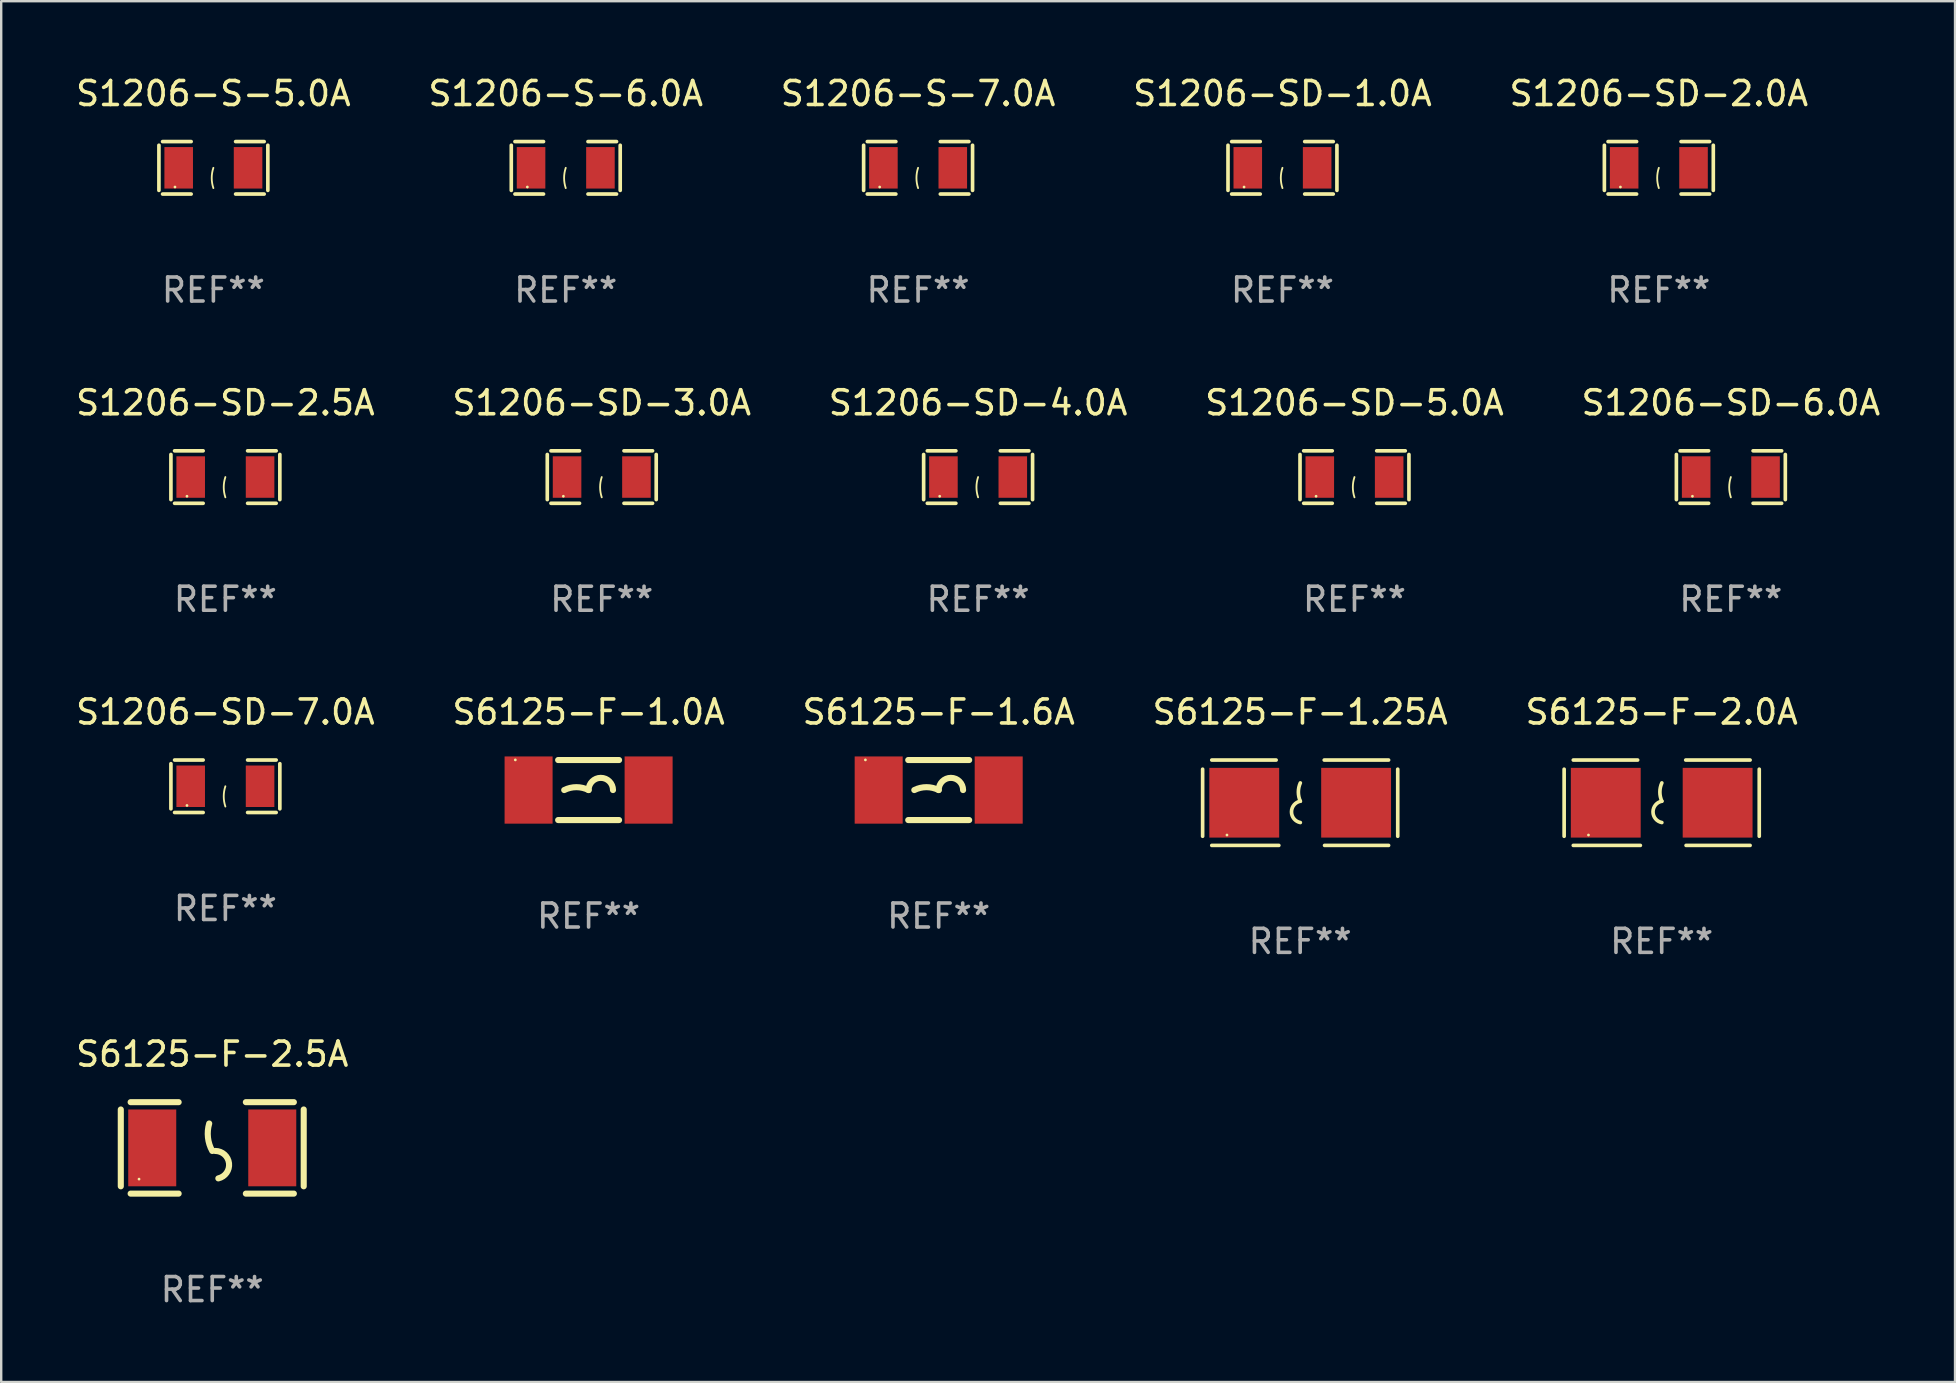
<source format=kicad_pcb>
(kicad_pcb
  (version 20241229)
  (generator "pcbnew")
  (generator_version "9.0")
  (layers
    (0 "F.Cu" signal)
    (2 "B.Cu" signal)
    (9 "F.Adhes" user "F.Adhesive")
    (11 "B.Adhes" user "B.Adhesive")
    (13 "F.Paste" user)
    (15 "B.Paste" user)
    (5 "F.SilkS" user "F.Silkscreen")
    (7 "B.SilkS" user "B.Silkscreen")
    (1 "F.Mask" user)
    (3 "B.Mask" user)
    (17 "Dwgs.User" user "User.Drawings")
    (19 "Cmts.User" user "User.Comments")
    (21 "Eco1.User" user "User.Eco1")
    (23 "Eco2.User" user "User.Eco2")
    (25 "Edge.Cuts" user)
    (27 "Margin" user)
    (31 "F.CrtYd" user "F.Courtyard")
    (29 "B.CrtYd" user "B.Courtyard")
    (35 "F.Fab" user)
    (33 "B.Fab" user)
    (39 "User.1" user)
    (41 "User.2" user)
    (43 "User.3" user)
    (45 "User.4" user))
  (footprint "S6125-F-2.5A"
    (layer "F.Cu")
    (at 5.792 44.769)
    (property "Reference" "S6125-F-2.5A" (at 0 -3.905 0) (layer "F.SilkS") (effects (font (size 1 1) (thickness 0.15))))
    (attr through_hole)
    (fp_line (start -3.81 -1.6) (end -3.81 1.6) (stroke (width 0.254) (type solid)) (layer "F.SilkS"))
    (fp_line (start -3.4 -1.905) (end -1.4 -1.905) (stroke (width 0.254) (type solid)) (layer "F.SilkS"))
    (fp_line (start -3.4 1.905) (end -1.4 1.905) (stroke (width 0.254) (type solid)) (layer "F.SilkS"))
    (fp_line (start 1.4 -1.905) (end 3.4 -1.905) (stroke (width 0.254) (type solid)) (layer "F.SilkS"))
    (fp_line (start 1.4 1.905) (end 3.4 1.905) (stroke (width 0.254) (type solid)) (layer "F.SilkS"))
    (fp_line (start 3.81 -1.6) (end 3.81 1.6) (stroke (width 0.254) (type solid)) (layer "F.SilkS"))
    (fp_arc (start 0 0.127) (mid -0.178599 -0.431712) (end -0.127 -1.016002) (stroke (width 0.254001) (type solid)) (layer "F.SilkS"))
    (fp_arc (start 0.126999 0.127) (mid 0.698883 0.642014) (end 0.254001 1.270003) (stroke (width 0.254001) (type solid)) (layer "F.SilkS"))
    (fp_circle (center -3.05 1.3) (end -3.02 1.3) (stroke (width 0.06) (type solid)) (fill no) (layer "F.SilkS"))
    (fp_text user "REF**" (at 0 5.905 0) (layer "F.Fab") (effects (font (size 1 1) (thickness 0.15))))
    (pad "1" smd rect (at -2.5 0) (size 2 3.2) (layers "F.Cu" "F.Mask" "F.Paste"))
    (pad "2" smd rect (at 2.5 0) (size 2 3.2) (layers "F.Cu" "F.Mask" "F.Paste")))
  (footprint "S1206-SD-4.0A"
    (layer "F.Cu")
    (at 37.696 16.823)
    (property "Reference" "S1206-SD-4.0A" (at 0 -3.093 0) (layer "F.SilkS") (effects (font (size 1 1) (thickness 0.15))))
    (attr through_hole)
    (fp_line (start -2.269 -0.94) (end -2.269 0.94) (stroke (width 0.152) (type solid)) (layer "F.SilkS"))
    (fp_line (start -2.116 1.093) (end -0.926 1.093) (stroke (width 0.152) (type solid)) (layer "F.SilkS"))
    (fp_line (start -0.926 -1.093) (end -2.116 -1.093) (stroke (width 0.152) (type solid)) (layer "F.SilkS"))
    (fp_line (start 0.926 -1.093) (end 2.116 -1.093) (stroke (width 0.152) (type solid)) (layer "F.SilkS"))
    (fp_line (start 2.116 1.093) (end 0.926 1.093) (stroke (width 0.152) (type solid)) (layer "F.SilkS"))
    (fp_line (start 2.269 -0.94) (end 2.269 0.94) (stroke (width 0.152) (type solid)) (layer "F.SilkS"))
    (fp_arc (start 0 0.844951) (mid -0.068559 0.422475) (end 0 0) (stroke (width 0.0762) (type solid)) (layer "F.SilkS"))
    (fp_circle (center -1.6 0.8) (end -1.57 0.8) (stroke (width 0.06) (type solid)) (fill no) (layer "F.SilkS"))
    (fp_text user "REF**" (at 0 5.093 0) (layer "F.Fab") (effects (font (size 1 1) (thickness 0.15))))
    (pad "1" smd rect (at -1.445 0) (size 1.19 1.728) (layers "F.Cu" "F.Mask" "F.Paste"))
    (pad "2" smd rect (at 1.445 0) (size 1.19 1.728) (layers "F.Cu" "F.Mask" "F.Paste")))
  (footprint "S6125-F-1.25A"
    (layer "F.Cu")
    (at 51.113 30.39)
    (property "Reference" "S6125-F-1.25A" (at 0 -3.778 0) (layer "F.SilkS") (effects (font (size 1 1) (thickness 0.15))))
    (attr through_hole)
    (fp_line (start -4.064 -1.397) (end -4.064 1.397) (stroke (width 0.152) (type solid)) (layer "F.SilkS"))
    (fp_line (start -3.683 -1.778) (end -1.002 -1.778) (stroke (width 0.152) (type solid)) (layer "F.SilkS"))
    (fp_line (start -0.889 1.778) (end -3.683 1.778) (stroke (width 0.152) (type solid)) (layer "F.SilkS"))
    (fp_line (start 1.016 1.778) (end 3.683 1.778) (stroke (width 0.152) (type solid)) (layer "F.SilkS"))
    (fp_line (start 3.683 -1.778) (end 1.001 -1.778) (stroke (width 0.152) (type solid)) (layer "F.SilkS"))
    (fp_line (start 4.064 -1.397) (end 4.064 1.397) (stroke (width 0.152) (type solid)) (layer "F.SilkS"))
    (fp_arc (start 0.006045 -0.0635) (mid -0.075591 -0.444501) (end 0.006045 -0.825502) (stroke (width 0.151994) (type solid)) (layer "F.SilkS"))
    (fp_arc (start 0.006045 0.825502) (mid -0.361643 0.381001) (end 0.006045 -0.0635) (stroke (width 0.151994) (type solid)) (layer "F.SilkS"))
    (fp_circle (center -3.05 1.345) (end -3.02 1.345) (stroke (width 0.06) (type solid)) (fill no) (layer "F.SilkS"))
    (fp_text user "REF**" (at 0 5.778 0) (layer "F.Fab") (effects (font (size 1 1) (thickness 0.15))))
    (pad "1" smd rect (at -2.33 0) (size 2.91 2.905) (layers "F.Cu" "F.Mask" "F.Paste"))
    (pad "2" smd rect (at 2.33 0) (size 2.91 2.905) (layers "F.Cu" "F.Mask" "F.Paste")))
  (footprint "S1206-SD-1.0A"
    (layer "F.Cu")
    (at 50.375 3.941)
    (property "Reference" "S1206-SD-1.0A" (at 0 -3.093 0) (layer "F.SilkS") (effects (font (size 1 1) (thickness 0.15))))
    (attr through_hole)
    (fp_line (start -2.269 -0.94) (end -2.269 0.94) (stroke (width 0.152) (type solid)) (layer "F.SilkS"))
    (fp_line (start -2.116 1.093) (end -0.926 1.093) (stroke (width 0.152) (type solid)) (layer "F.SilkS"))
    (fp_line (start -0.926 -1.093) (end -2.116 -1.093) (stroke (width 0.152) (type solid)) (layer "F.SilkS"))
    (fp_line (start 0.926 -1.093) (end 2.116 -1.093) (stroke (width 0.152) (type solid)) (layer "F.SilkS"))
    (fp_line (start 2.116 1.093) (end 0.926 1.093) (stroke (width 0.152) (type solid)) (layer "F.SilkS"))
    (fp_line (start 2.269 -0.94) (end 2.269 0.94) (stroke (width 0.152) (type solid)) (layer "F.SilkS"))
    (fp_arc (start 0 0.844951) (mid -0.068559 0.422475) (end 0 0) (stroke (width 0.0762) (type solid)) (layer "F.SilkS"))
    (fp_circle (center -1.6 0.8) (end -1.57 0.8) (stroke (width 0.06) (type solid)) (fill no) (layer "F.SilkS"))
    (fp_text user "REF**" (at 0 5.093 0) (layer "F.Fab") (effects (font (size 1 1) (thickness 0.15))))
    (pad "1" smd rect (at -1.445 0) (size 1.19 1.728) (layers "F.Cu" "F.Mask" "F.Paste"))
    (pad "2" smd rect (at 1.445 0) (size 1.19 1.728) (layers "F.Cu" "F.Mask" "F.Paste")))
  (footprint "S1206-SD-2.0A"
    (layer "F.Cu")
    (at 66.054 3.941)
    (property "Reference" "S1206-SD-2.0A" (at 0 -3.093 0) (layer "F.SilkS") (effects (font (size 1 1) (thickness 0.15))))
    (attr through_hole)
    (fp_line (start -2.269 -0.94) (end -2.269 0.94) (stroke (width 0.152) (type solid)) (layer "F.SilkS"))
    (fp_line (start -2.116 1.093) (end -0.926 1.093) (stroke (width 0.152) (type solid)) (layer "F.SilkS"))
    (fp_line (start -0.926 -1.093) (end -2.116 -1.093) (stroke (width 0.152) (type solid)) (layer "F.SilkS"))
    (fp_line (start 0.926 -1.093) (end 2.116 -1.093) (stroke (width 0.152) (type solid)) (layer "F.SilkS"))
    (fp_line (start 2.116 1.093) (end 0.926 1.093) (stroke (width 0.152) (type solid)) (layer "F.SilkS"))
    (fp_line (start 2.269 -0.94) (end 2.269 0.94) (stroke (width 0.152) (type solid)) (layer "F.SilkS"))
    (fp_arc (start 0 0.844951) (mid -0.068559 0.422475) (end 0 0) (stroke (width 0.0762) (type solid)) (layer "F.SilkS"))
    (fp_circle (center -1.6 0.8) (end -1.57 0.8) (stroke (width 0.06) (type solid)) (fill no) (layer "F.SilkS"))
    (fp_text user "REF**" (at 0 5.093 0) (layer "F.Fab") (effects (font (size 1 1) (thickness 0.15))))
    (pad "1" smd rect (at -1.445 0) (size 1.19 1.728) (layers "F.Cu" "F.Mask" "F.Paste"))
    (pad "2" smd rect (at 1.445 0) (size 1.19 1.728) (layers "F.Cu" "F.Mask" "F.Paste")))
  (footprint "S6125-F-2.0A"
    (layer "F.Cu")
    (at 66.173 30.39)
    (property "Reference" "S6125-F-2.0A" (at 0 -3.778 0) (layer "F.SilkS") (effects (font (size 1 1) (thickness 0.15))))
    (attr through_hole)
    (fp_line (start -4.064 -1.397) (end -4.064 1.397) (stroke (width 0.152) (type solid)) (layer "F.SilkS"))
    (fp_line (start -3.683 -1.778) (end -1.002 -1.778) (stroke (width 0.152) (type solid)) (layer "F.SilkS"))
    (fp_line (start -0.889 1.778) (end -3.683 1.778) (stroke (width 0.152) (type solid)) (layer "F.SilkS"))
    (fp_line (start 1.016 1.778) (end 3.683 1.778) (stroke (width 0.152) (type solid)) (layer "F.SilkS"))
    (fp_line (start 3.683 -1.778) (end 1.001 -1.778) (stroke (width 0.152) (type solid)) (layer "F.SilkS"))
    (fp_line (start 4.064 -1.397) (end 4.064 1.397) (stroke (width 0.152) (type solid)) (layer "F.SilkS"))
    (fp_arc (start 0.006045 -0.0635) (mid -0.075591 -0.444501) (end 0.006045 -0.825502) (stroke (width 0.151994) (type solid)) (layer "F.SilkS"))
    (fp_arc (start 0.006045 0.825502) (mid -0.361643 0.381001) (end 0.006045 -0.0635) (stroke (width 0.151994) (type solid)) (layer "F.SilkS"))
    (fp_circle (center -3.05 1.345) (end -3.02 1.345) (stroke (width 0.06) (type solid)) (fill no) (layer "F.SilkS"))
    (fp_text user "REF**" (at 0 5.778 0) (layer "F.Fab") (effects (font (size 1 1) (thickness 0.15))))
    (pad "1" smd rect (at -2.33 0) (size 2.91 2.905) (layers "F.Cu" "F.Mask" "F.Paste"))
    (pad "2" smd rect (at 2.33 0) (size 2.91 2.905) (layers "F.Cu" "F.Mask" "F.Paste")))
  (footprint "S1206-S-5.0A"
    (layer "F.Cu")
    (at 5.839 3.941)
    (property "Reference" "S1206-S-5.0A" (at 0 -3.093 0) (layer "F.SilkS") (effects (font (size 1 1) (thickness 0.15))))
    (attr through_hole)
    (fp_line (start -2.269 -0.94) (end -2.269 0.94) (stroke (width 0.152) (type solid)) (layer "F.SilkS"))
    (fp_line (start -2.116 1.093) (end -0.926 1.093) (stroke (width 0.152) (type solid)) (layer "F.SilkS"))
    (fp_line (start -0.926 -1.093) (end -2.116 -1.093) (stroke (width 0.152) (type solid)) (layer "F.SilkS"))
    (fp_line (start 0.926 -1.093) (end 2.116 -1.093) (stroke (width 0.152) (type solid)) (layer "F.SilkS"))
    (fp_line (start 2.116 1.093) (end 0.926 1.093) (stroke (width 0.152) (type solid)) (layer "F.SilkS"))
    (fp_line (start 2.269 -0.94) (end 2.269 0.94) (stroke (width 0.152) (type solid)) (layer "F.SilkS"))
    (fp_arc (start 0 0.844951) (mid -0.068559 0.422475) (end 0 0) (stroke (width 0.0762) (type solid)) (layer "F.SilkS"))
    (fp_circle (center -1.6 0.8) (end -1.57 0.8) (stroke (width 0.06) (type solid)) (fill no) (layer "F.SilkS"))
    (fp_text user "REF**" (at 0 5.093 0) (layer "F.Fab") (effects (font (size 1 1) (thickness 0.15))))
    (pad "1" smd rect (at -1.445 0) (size 1.19 1.728) (layers "F.Cu" "F.Mask" "F.Paste"))
    (pad "2" smd rect (at 1.445 0) (size 1.19 1.728) (layers "F.Cu" "F.Mask" "F.Paste")))
  (footprint "S1206-SD-5.0A"
    (layer "F.Cu")
    (at 53.375 16.823)
    (property "Reference" "S1206-SD-5.0A" (at 0 -3.093 0) (layer "F.SilkS") (effects (font (size 1 1) (thickness 0.15))))
    (attr through_hole)
    (fp_line (start -2.269 -0.94) (end -2.269 0.94) (stroke (width 0.152) (type solid)) (layer "F.SilkS"))
    (fp_line (start -2.116 1.093) (end -0.926 1.093) (stroke (width 0.152) (type solid)) (layer "F.SilkS"))
    (fp_line (start -0.926 -1.093) (end -2.116 -1.093) (stroke (width 0.152) (type solid)) (layer "F.SilkS"))
    (fp_line (start 0.926 -1.093) (end 2.116 -1.093) (stroke (width 0.152) (type solid)) (layer "F.SilkS"))
    (fp_line (start 2.116 1.093) (end 0.926 1.093) (stroke (width 0.152) (type solid)) (layer "F.SilkS"))
    (fp_line (start 2.269 -0.94) (end 2.269 0.94) (stroke (width 0.152) (type solid)) (layer "F.SilkS"))
    (fp_arc (start 0 0.844951) (mid -0.068559 0.422475) (end 0 0) (stroke (width 0.0762) (type solid)) (layer "F.SilkS"))
    (fp_circle (center -1.6 0.8) (end -1.57 0.8) (stroke (width 0.06) (type solid)) (fill no) (layer "F.SilkS"))
    (fp_text user "REF**" (at 0 5.093 0) (layer "F.Fab") (effects (font (size 1 1) (thickness 0.15))))
    (pad "1" smd rect (at -1.445 0) (size 1.19 1.728) (layers "F.Cu" "F.Mask" "F.Paste"))
    (pad "2" smd rect (at 1.445 0) (size 1.19 1.728) (layers "F.Cu" "F.Mask" "F.Paste")))
  (footprint "S1206-SD-3.0A"
    (layer "F.Cu")
    (at 22.018 16.823)
    (property "Reference" "S1206-SD-3.0A" (at 0 -3.093 0) (layer "F.SilkS") (effects (font (size 1 1) (thickness 0.15))))
    (attr through_hole)
    (fp_line (start -2.269 -0.94) (end -2.269 0.94) (stroke (width 0.152) (type solid)) (layer "F.SilkS"))
    (fp_line (start -2.116 1.093) (end -0.926 1.093) (stroke (width 0.152) (type solid)) (layer "F.SilkS"))
    (fp_line (start -0.926 -1.093) (end -2.116 -1.093) (stroke (width 0.152) (type solid)) (layer "F.SilkS"))
    (fp_line (start 0.926 -1.093) (end 2.116 -1.093) (stroke (width 0.152) (type solid)) (layer "F.SilkS"))
    (fp_line (start 2.116 1.093) (end 0.926 1.093) (stroke (width 0.152) (type solid)) (layer "F.SilkS"))
    (fp_line (start 2.269 -0.94) (end 2.269 0.94) (stroke (width 0.152) (type solid)) (layer "F.SilkS"))
    (fp_arc (start 0 0.844951) (mid -0.068559 0.422475) (end 0 0) (stroke (width 0.0762) (type solid)) (layer "F.SilkS"))
    (fp_circle (center -1.6 0.8) (end -1.57 0.8) (stroke (width 0.06) (type solid)) (fill no) (layer "F.SilkS"))
    (fp_text user "REF**" (at 0 5.093 0) (layer "F.Fab") (effects (font (size 1 1) (thickness 0.15))))
    (pad "1" smd rect (at -1.445 0) (size 1.19 1.728) (layers "F.Cu" "F.Mask" "F.Paste"))
    (pad "2" smd rect (at 1.445 0) (size 1.19 1.728) (layers "F.Cu" "F.Mask" "F.Paste")))
  (footprint "S1206-S-7.0A"
    (layer "F.Cu")
    (at 35.196 3.941)
    (property "Reference" "S1206-S-7.0A" (at 0 -3.093 0) (layer "F.SilkS") (effects (font (size 1 1) (thickness 0.15))))
    (attr through_hole)
    (fp_line (start -2.269 -0.94) (end -2.269 0.94) (stroke (width 0.152) (type solid)) (layer "F.SilkS"))
    (fp_line (start -2.116 1.093) (end -0.926 1.093) (stroke (width 0.152) (type solid)) (layer "F.SilkS"))
    (fp_line (start -0.926 -1.093) (end -2.116 -1.093) (stroke (width 0.152) (type solid)) (layer "F.SilkS"))
    (fp_line (start 0.926 -1.093) (end 2.116 -1.093) (stroke (width 0.152) (type solid)) (layer "F.SilkS"))
    (fp_line (start 2.116 1.093) (end 0.926 1.093) (stroke (width 0.152) (type solid)) (layer "F.SilkS"))
    (fp_line (start 2.269 -0.94) (end 2.269 0.94) (stroke (width 0.152) (type solid)) (layer "F.SilkS"))
    (fp_arc (start 0 0.844951) (mid -0.068559 0.422475) (end 0 0) (stroke (width 0.0762) (type solid)) (layer "F.SilkS"))
    (fp_circle (center -1.6 0.8) (end -1.57 0.8) (stroke (width 0.06) (type solid)) (fill no) (layer "F.SilkS"))
    (fp_text user "REF**" (at 0 5.093 0) (layer "F.Fab") (effects (font (size 1 1) (thickness 0.15))))
    (pad "1" smd rect (at -1.445 0) (size 1.19 1.728) (layers "F.Cu" "F.Mask" "F.Paste"))
    (pad "2" smd rect (at 1.445 0) (size 1.19 1.728) (layers "F.Cu" "F.Mask" "F.Paste")))
  (footprint "S1206-S-6.0A"
    (layer "F.Cu")
    (at 20.518 3.941)
    (property "Reference" "S1206-S-6.0A" (at 0 -3.093 0) (layer "F.SilkS") (effects (font (size 1 1) (thickness 0.15))))
    (attr through_hole)
    (fp_line (start -2.269 -0.94) (end -2.269 0.94) (stroke (width 0.152) (type solid)) (layer "F.SilkS"))
    (fp_line (start -2.116 1.093) (end -0.926 1.093) (stroke (width 0.152) (type solid)) (layer "F.SilkS"))
    (fp_line (start -0.926 -1.093) (end -2.116 -1.093) (stroke (width 0.152) (type solid)) (layer "F.SilkS"))
    (fp_line (start 0.926 -1.093) (end 2.116 -1.093) (stroke (width 0.152) (type solid)) (layer "F.SilkS"))
    (fp_line (start 2.116 1.093) (end 0.926 1.093) (stroke (width 0.152) (type solid)) (layer "F.SilkS"))
    (fp_line (start 2.269 -0.94) (end 2.269 0.94) (stroke (width 0.152) (type solid)) (layer "F.SilkS"))
    (fp_arc (start 0 0.844951) (mid -0.068559 0.422475) (end 0 0) (stroke (width 0.0762) (type solid)) (layer "F.SilkS"))
    (fp_circle (center -1.6 0.8) (end -1.57 0.8) (stroke (width 0.06) (type solid)) (fill no) (layer "F.SilkS"))
    (fp_text user "REF**" (at 0 5.093 0) (layer "F.Fab") (effects (font (size 1 1) (thickness 0.15))))
    (pad "1" smd rect (at -1.445 0) (size 1.19 1.728) (layers "F.Cu" "F.Mask" "F.Paste"))
    (pad "2" smd rect (at 1.445 0) (size 1.19 1.728) (layers "F.Cu" "F.Mask" "F.Paste")))
  (footprint "S1206-SD-2.5A"
    (layer "F.Cu")
    (at 6.339 16.823)
    (property "Reference" "S1206-SD-2.5A" (at 0 -3.093 0) (layer "F.SilkS") (effects (font (size 1 1) (thickness 0.15))))
    (attr through_hole)
    (fp_line (start -2.269 -0.94) (end -2.269 0.94) (stroke (width 0.152) (type solid)) (layer "F.SilkS"))
    (fp_line (start -2.116 1.093) (end -0.926 1.093) (stroke (width 0.152) (type solid)) (layer "F.SilkS"))
    (fp_line (start -0.926 -1.093) (end -2.116 -1.093) (stroke (width 0.152) (type solid)) (layer "F.SilkS"))
    (fp_line (start 0.926 -1.093) (end 2.116 -1.093) (stroke (width 0.152) (type solid)) (layer "F.SilkS"))
    (fp_line (start 2.116 1.093) (end 0.926 1.093) (stroke (width 0.152) (type solid)) (layer "F.SilkS"))
    (fp_line (start 2.269 -0.94) (end 2.269 0.94) (stroke (width 0.152) (type solid)) (layer "F.SilkS"))
    (fp_arc (start 0 0.844951) (mid -0.068559 0.422475) (end 0 0) (stroke (width 0.0762) (type solid)) (layer "F.SilkS"))
    (fp_circle (center -1.6 0.8) (end -1.57 0.8) (stroke (width 0.06) (type solid)) (fill no) (layer "F.SilkS"))
    (fp_text user "REF**" (at 0 5.093 0) (layer "F.Fab") (effects (font (size 1 1) (thickness 0.15))))
    (pad "1" smd rect (at -1.445 0) (size 1.19 1.728) (layers "F.Cu" "F.Mask" "F.Paste"))
    (pad "2" smd rect (at 1.445 0) (size 1.19 1.728) (layers "F.Cu" "F.Mask" "F.Paste")))
  (footprint "S1206-SD-6.0A"
    (layer "F.Cu")
    (at 69.054 16.823)
    (property "Reference" "S1206-SD-6.0A" (at 0 -3.093 0) (layer "F.SilkS") (effects (font (size 1 1) (thickness 0.15))))
    (attr through_hole)
    (fp_line (start -2.269 -0.94) (end -2.269 0.94) (stroke (width 0.152) (type solid)) (layer "F.SilkS"))
    (fp_line (start -2.116 1.093) (end -0.926 1.093) (stroke (width 0.152) (type solid)) (layer "F.SilkS"))
    (fp_line (start -0.926 -1.093) (end -2.116 -1.093) (stroke (width 0.152) (type solid)) (layer "F.SilkS"))
    (fp_line (start 0.926 -1.093) (end 2.116 -1.093) (stroke (width 0.152) (type solid)) (layer "F.SilkS"))
    (fp_line (start 2.116 1.093) (end 0.926 1.093) (stroke (width 0.152) (type solid)) (layer "F.SilkS"))
    (fp_line (start 2.269 -0.94) (end 2.269 0.94) (stroke (width 0.152) (type solid)) (layer "F.SilkS"))
    (fp_arc (start 0 0.844951) (mid -0.068559 0.422475) (end 0 0) (stroke (width 0.0762) (type solid)) (layer "F.SilkS"))
    (fp_circle (center -1.6 0.8) (end -1.57 0.8) (stroke (width 0.06) (type solid)) (fill no) (layer "F.SilkS"))
    (fp_text user "REF**" (at 0 5.093 0) (layer "F.Fab") (effects (font (size 1 1) (thickness 0.15))))
    (pad "1" smd rect (at -1.445 0) (size 1.19 1.728) (layers "F.Cu" "F.Mask" "F.Paste"))
    (pad "2" smd rect (at 1.445 0) (size 1.19 1.728) (layers "F.Cu" "F.Mask" "F.Paste")))
  (footprint "S1206-SD-7.0A"
    (layer "F.Cu")
    (at 6.339 29.704)
    (property "Reference" "S1206-SD-7.0A" (at 0 -3.093 0) (layer "F.SilkS") (effects (font (size 1 1) (thickness 0.15))))
    (attr through_hole)
    (fp_line (start -2.269 -0.94) (end -2.269 0.94) (stroke (width 0.152) (type solid)) (layer "F.SilkS"))
    (fp_line (start -2.116 1.093) (end -0.926 1.093) (stroke (width 0.152) (type solid)) (layer "F.SilkS"))
    (fp_line (start -0.926 -1.093) (end -2.116 -1.093) (stroke (width 0.152) (type solid)) (layer "F.SilkS"))
    (fp_line (start 0.926 -1.093) (end 2.116 -1.093) (stroke (width 0.152) (type solid)) (layer "F.SilkS"))
    (fp_line (start 2.116 1.093) (end 0.926 1.093) (stroke (width 0.152) (type solid)) (layer "F.SilkS"))
    (fp_line (start 2.269 -0.94) (end 2.269 0.94) (stroke (width 0.152) (type solid)) (layer "F.SilkS"))
    (fp_arc (start 0 0.844951) (mid -0.068559 0.422475) (end 0 0) (stroke (width 0.0762) (type solid)) (layer "F.SilkS"))
    (fp_circle (center -1.6 0.8) (end -1.57 0.8) (stroke (width 0.06) (type solid)) (fill no) (layer "F.SilkS"))
    (fp_text user "REF**" (at 0 5.093 0) (layer "F.Fab") (effects (font (size 1 1) (thickness 0.15))))
    (pad "1" smd rect (at -1.445 0) (size 1.19 1.728) (layers "F.Cu" "F.Mask" "F.Paste"))
    (pad "2" smd rect (at 1.445 0) (size 1.19 1.728) (layers "F.Cu" "F.Mask" "F.Paste")))
  (footprint "S6125-F-1.0A"
    (layer "F.Cu")
    (at 21.47 29.862)
    (property "Reference" "S6125-F-1.0A" (at 0 -3.25 0) (layer "F.SilkS") (effects (font (size 1 1) (thickness 0.15))))
    (attr through_hole)
    (fp_line (start -1.269 -1.25) (end 1.269 -1.25) (stroke (width 0.254) (type solid)) (layer "F.SilkS"))
    (fp_line (start -1.269 1.25) (end 1.269 1.25) (stroke (width 0.254) (type solid)) (layer "F.SilkS"))
    (fp_arc (start -1.016002 0) (mid -0.508001 -0.119923) (end 0 0) (stroke (width 0.254001) (type solid)) (layer "F.SilkS"))
    (fp_arc (start 0 0) (mid 0.508001 -0.508001) (end 1.016002 0) (stroke (width 0.254001) (type solid)) (layer "F.SilkS"))
    (fp_circle (center -3.053 -1.256) (end -3.023 -1.256) (stroke (width 0.06) (type solid)) (fill no) (layer "F.SilkS"))
    (fp_text user "REF**" (at 0 5.25 0) (layer "F.Fab") (effects (font (size 1 1) (thickness 0.15))))
    (pad "1" smd rect (at -2.5 0) (size 2 2.8) (layers "F.Cu" "F.Mask" "F.Paste"))
    (pad "2" smd rect (at 2.5 0) (size 2 2.8) (layers "F.Cu" "F.Mask" "F.Paste")))
  (footprint "S6125-F-1.6A"
    (layer "F.Cu")
    (at 36.054 29.862)
    (property "Reference" "S6125-F-1.6A" (at 0 -3.25 0) (layer "F.SilkS") (effects (font (size 1 1) (thickness 0.15))))
    (attr through_hole)
    (fp_line (start -1.269 -1.25) (end 1.269 -1.25) (stroke (width 0.254) (type solid)) (layer "F.SilkS"))
    (fp_line (start -1.269 1.25) (end 1.269 1.25) (stroke (width 0.254) (type solid)) (layer "F.SilkS"))
    (fp_arc (start -1.016002 0) (mid -0.508001 -0.119923) (end 0 0) (stroke (width 0.254001) (type solid)) (layer "F.SilkS"))
    (fp_arc (start 0 0) (mid 0.508001 -0.508001) (end 1.016002 0) (stroke (width 0.254001) (type solid)) (layer "F.SilkS"))
    (fp_circle (center -3.053 -1.256) (end -3.023 -1.256) (stroke (width 0.06) (type solid)) (fill no) (layer "F.SilkS"))
    (fp_text user "REF**" (at 0 5.25 0) (layer "F.Fab") (effects (font (size 1 1) (thickness 0.15))))
    (pad "1" smd rect (at -2.5 0) (size 2 2.8) (layers "F.Cu" "F.Mask" "F.Paste"))
    (pad "2" smd rect (at 2.5 0) (size 2 2.8) (layers "F.Cu" "F.Mask" "F.Paste")))
  (gr_rect
    (start -3 -3)
    (end 78.393 54.522)
    (stroke (width 0.1) (type default))
    (fill no)
    (layer "Edge.Cuts")))
</source>
